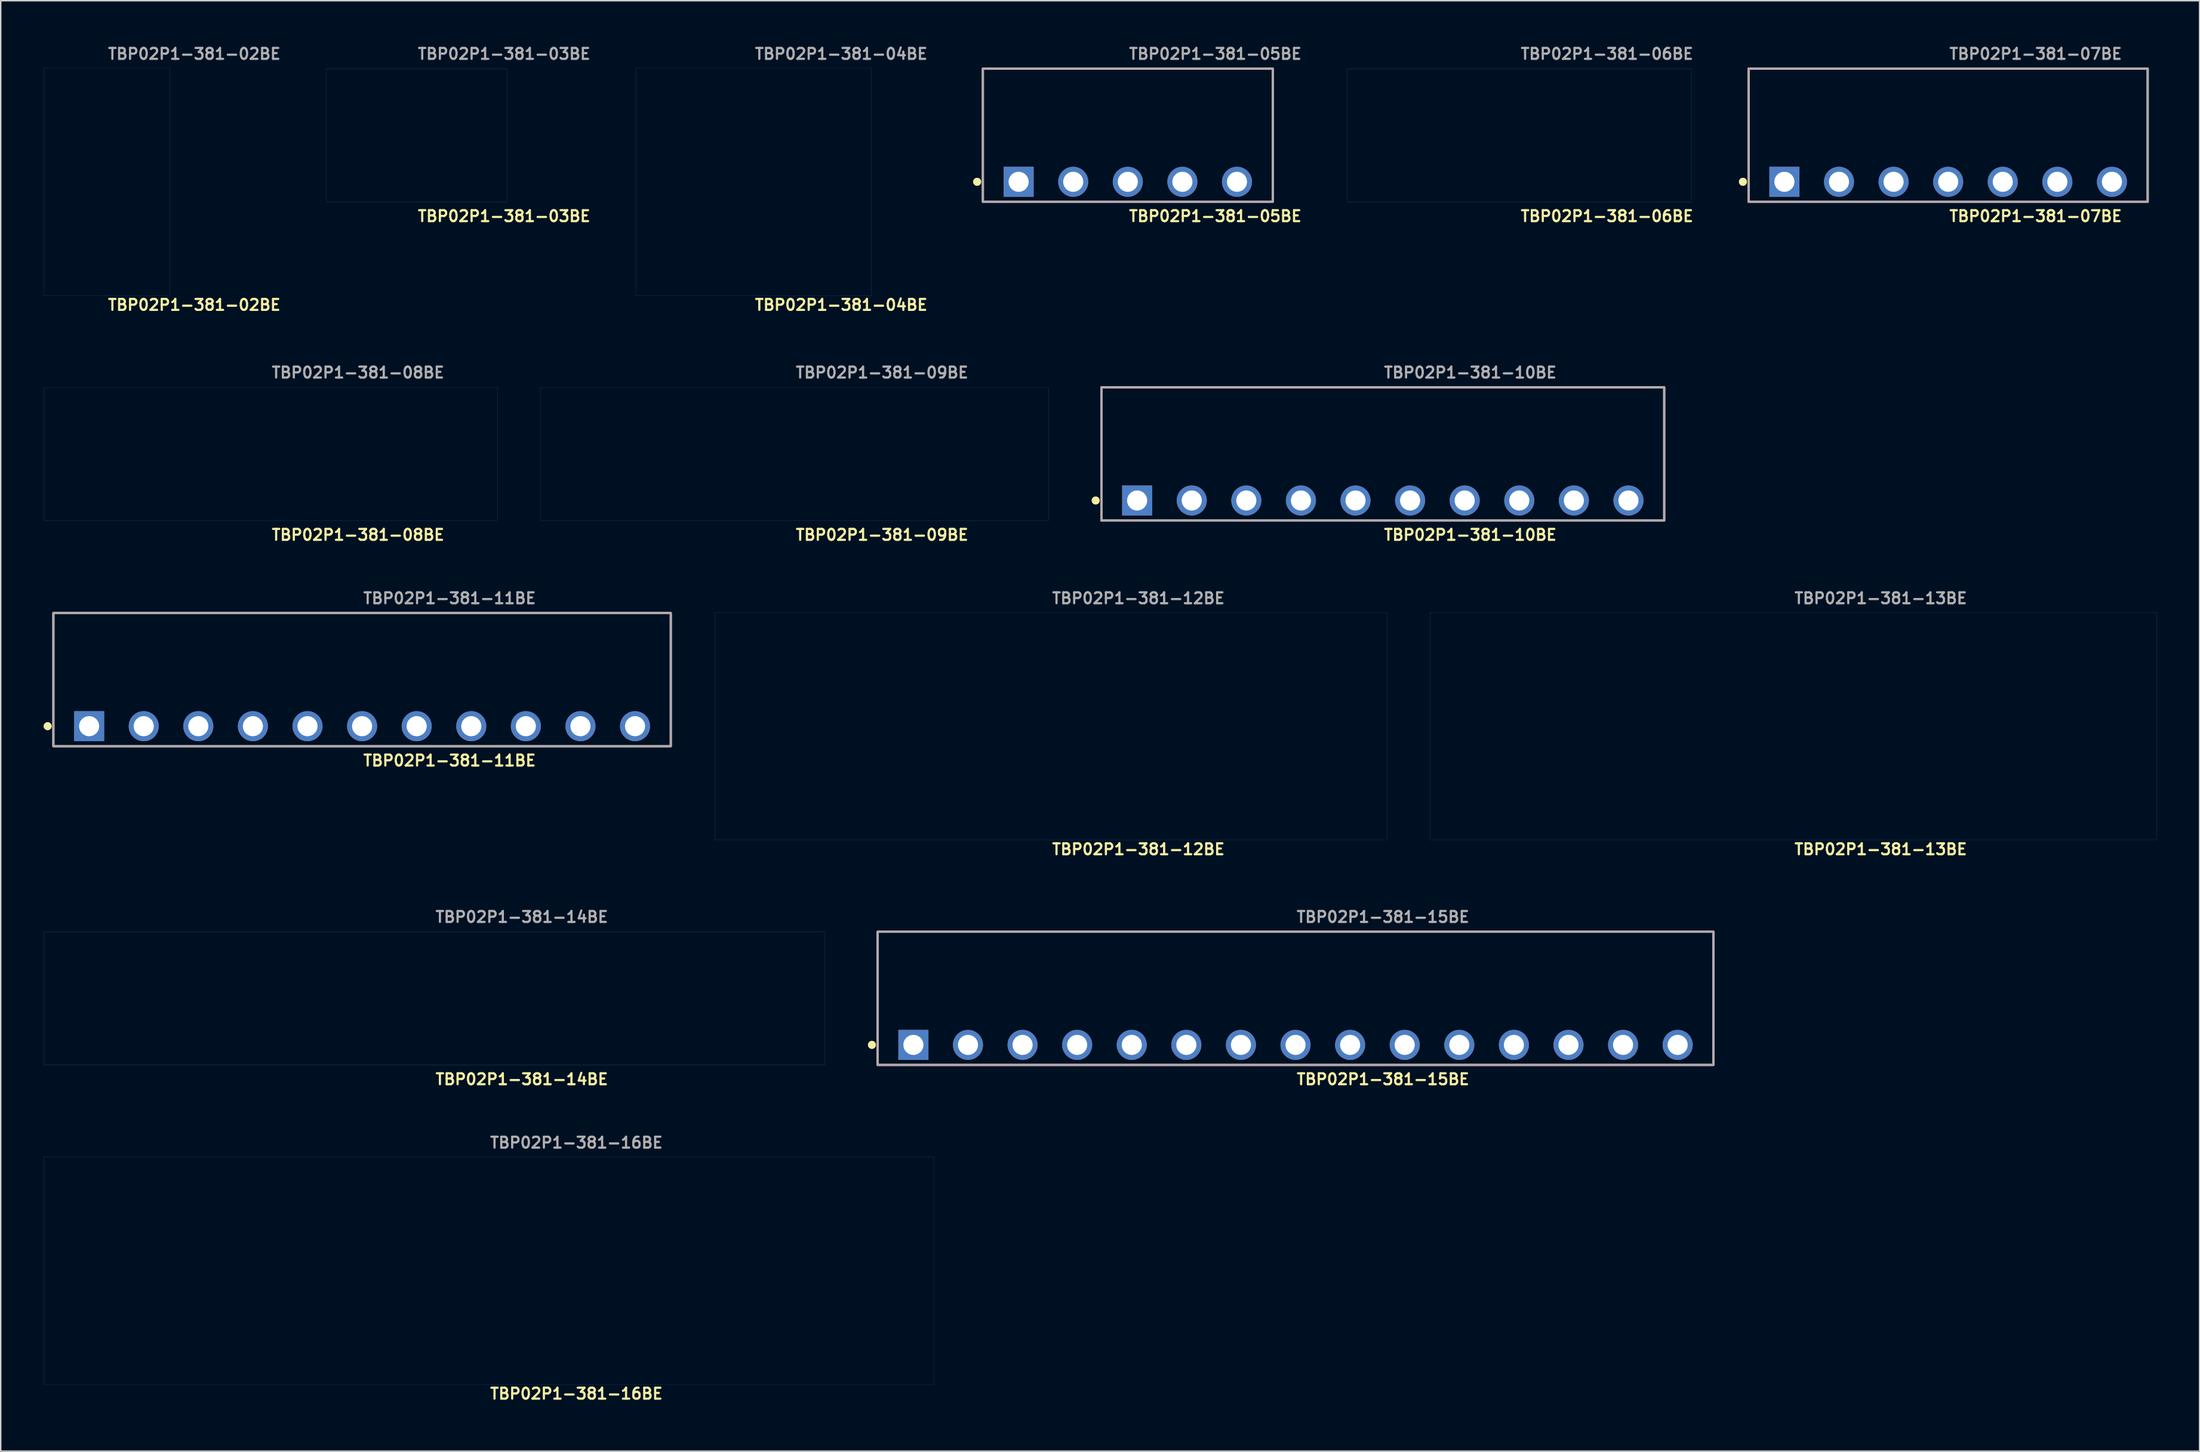
<source format=kicad_pcb>
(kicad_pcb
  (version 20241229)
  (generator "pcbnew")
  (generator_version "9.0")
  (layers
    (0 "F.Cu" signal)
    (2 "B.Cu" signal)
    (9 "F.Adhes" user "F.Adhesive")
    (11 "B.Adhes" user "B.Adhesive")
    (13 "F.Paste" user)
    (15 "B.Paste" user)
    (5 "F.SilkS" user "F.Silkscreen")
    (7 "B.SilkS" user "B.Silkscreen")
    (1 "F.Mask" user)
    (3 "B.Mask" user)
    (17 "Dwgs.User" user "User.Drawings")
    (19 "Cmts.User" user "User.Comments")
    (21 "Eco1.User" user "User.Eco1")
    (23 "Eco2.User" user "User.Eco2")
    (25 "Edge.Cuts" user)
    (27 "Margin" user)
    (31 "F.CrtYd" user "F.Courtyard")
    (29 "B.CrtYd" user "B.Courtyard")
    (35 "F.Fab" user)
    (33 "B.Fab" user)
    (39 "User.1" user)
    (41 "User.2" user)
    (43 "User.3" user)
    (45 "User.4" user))
  (footprint "TBP02P1-381-13BE"
    (layer "F.Cu")
    (at 122.107 57.009)
    (property "Reference" "TBP02P1-381-13BE" (at 0 -0.762 0) (unlocked yes) (layer "F.SilkS") (effects (font (size 0.762 0.762) (thickness 0.152)) (justify left)))
    (fp_rect (start -25.355 -1.4) (end 25.355 -17.3) (stroke (width 0.006) (type solid)) (fill no) (layer "Cmts.User"))
    (fp_text user "${REFERENCE}" (at 0 -18.288 0) (unlocked yes) (layer "F.Fab") (effects (font (size 0.762 0.762) (thickness 0.152)) (justify left))))
  (footprint "TBP02P1-381-09BE"
    (layer "F.Cu")
    (at 52.405 31.894)
    (property "Reference" "TBP02P1-381-09BE" (at 0 2.4 0) (unlocked yes) (layer "F.SilkS") (effects (font (size 0.762 0.762) (thickness 0.152)) (justify left)))
    (fp_rect (start -17.735 1.4) (end 17.735 -7.9) (stroke (width 0.006) (type solid)) (fill no) (layer "Cmts.User"))
    (fp_text user "${REFERENCE}" (at 0 -8.93 0) (unlocked yes) (layer "F.Fab") (effects (font (size 0.762 0.762) (thickness 0.152)) (justify left))))
  (footprint "TBP02P1-381-15BE"
    (layer "F.Cu")
    (at 87.368 69.902)
    (property "Reference" "TBP02P1-381-15BE" (at 0 2.4 0) (unlocked yes) (layer "F.SilkS") (effects (font (size 0.762 0.762) (thickness 0.152)) (justify left)))
    (fp_rect (start -29.165 1.4) (end 29.165 -7.9) (stroke (width 0.152) (type solid)) (fill no) (layer "F.SilkS"))
    (fp_circle (center -29.565 0) (end -29.765 0) (stroke (width 0.152) (type solid)) (fill yes) (layer "F.SilkS"))
    (fp_circle (center -29.565 0) (end -29.765 0) (stroke (width 0.152) (type solid)) (fill yes) (layer "F.SilkS"))
    (fp_rect (start -29.165 1.4) (end 29.165 -7.9) (stroke (width 0.006) (type solid)) (fill no) (layer "F.CrtYd"))
    (fp_rect (start -29.165 1.4) (end 29.165 -7.9) (stroke (width 0.152) (type solid)) (fill no) (layer "F.Fab"))
    (fp_text user "${REFERENCE}" (at 0 -8.93 0) (unlocked yes) (layer "F.Fab") (effects (font (size 0.762 0.762) (thickness 0.152)) (justify left)))
    (pad "1" thru_hole rect (at -26.67 0) (size 2.1 2.1) (drill 1.4) (layers "*.Cu" "*.Mask"))
    (pad "2" thru_hole circle (at -22.86 0) (size 2.1 2.1) (drill 1.4) (layers "*.Cu" "*.Mask"))
    (pad "3" thru_hole circle (at -19.05 0) (size 2.1 2.1) (drill 1.4) (layers "*.Cu" "*.Mask"))
    (pad "4" thru_hole circle (at -15.24 0) (size 2.1 2.1) (drill 1.4) (layers "*.Cu" "*.Mask"))
    (pad "5" thru_hole circle (at -11.43 0) (size 2.1 2.1) (drill 1.4) (layers "*.Cu" "*.Mask"))
    (pad "6" thru_hole circle (at -7.62 0) (size 2.1 2.1) (drill 1.4) (layers "*.Cu" "*.Mask"))
    (pad "7" thru_hole circle (at -3.81 0) (size 2.1 2.1) (drill 1.4) (layers "*.Cu" "*.Mask"))
    (pad "8" thru_hole circle (at 0 0) (size 2.1 2.1) (drill 1.4) (layers "*.Cu" "*.Mask"))
    (pad "9" thru_hole circle (at 3.81 0) (size 2.1 2.1) (drill 1.4) (layers "*.Cu" "*.Mask"))
    (pad "10" thru_hole circle (at 7.62 0) (size 2.1 2.1) (drill 1.4) (layers "*.Cu" "*.Mask"))
    (pad "11" thru_hole circle (at 11.43 0) (size 2.1 2.1) (drill 1.4) (layers "*.Cu" "*.Mask"))
    (pad "12" thru_hole circle (at 15.24 0) (size 2.1 2.1) (drill 1.4) (layers "*.Cu" "*.Mask"))
    (pad "13" thru_hole circle (at 19.05 0) (size 2.1 2.1) (drill 1.4) (layers "*.Cu" "*.Mask"))
    (pad "14" thru_hole circle (at 22.86 0) (size 2.1 2.1) (drill 1.4) (layers "*.Cu" "*.Mask"))
    (pad "15" thru_hole circle (at 26.67 0) (size 2.1 2.1) (drill 1.4) (layers "*.Cu" "*.Mask")))
  (footprint "TBP02P1-381-14BE"
    (layer "F.Cu")
    (at 27.263 69.902)
    (property "Reference" "TBP02P1-381-14BE" (at 0 2.4 0) (unlocked yes) (layer "F.SilkS") (effects (font (size 0.762 0.762) (thickness 0.152)) (justify left)))
    (fp_rect (start -27.26 1.4) (end 27.26 -7.9) (stroke (width 0.006) (type solid)) (fill no) (layer "Cmts.User"))
    (fp_text user "${REFERENCE}" (at 0 -8.93 0) (unlocked yes) (layer "F.Fab") (effects (font (size 0.762 0.762) (thickness 0.152)) (justify left))))
  (footprint "TBP02P1-381-07BE"
    (layer "F.Cu")
    (at 132.917 9.643)
    (property "Reference" "TBP02P1-381-07BE" (at 0 2.4 0) (unlocked yes) (layer "F.SilkS") (effects (font (size 0.762 0.762) (thickness 0.152)) (justify left)))
    (fp_rect (start -13.925 1.4) (end 13.925 -7.9) (stroke (width 0.152) (type solid)) (fill no) (layer "F.SilkS"))
    (fp_circle (center -14.325 0) (end -14.525 0) (stroke (width 0.152) (type solid)) (fill yes) (layer "F.SilkS"))
    (fp_circle (center -14.325 0) (end -14.525 0) (stroke (width 0.152) (type solid)) (fill yes) (layer "F.SilkS"))
    (fp_rect (start -13.925 1.4) (end 13.925 -7.9) (stroke (width 0.006) (type solid)) (fill no) (layer "F.CrtYd"))
    (fp_rect (start -13.925 1.4) (end 13.925 -7.9) (stroke (width 0.152) (type solid)) (fill no) (layer "F.Fab"))
    (fp_text user "${REFERENCE}" (at 0 -8.93 0) (unlocked yes) (layer "F.Fab") (effects (font (size 0.762 0.762) (thickness 0.152)) (justify left)))
    (pad "1" thru_hole rect (at -11.43 0) (size 2.1 2.1) (drill 1.4) (layers "*.Cu" "*.Mask"))
    (pad "2" thru_hole circle (at -7.62 0) (size 2.1 2.1) (drill 1.4) (layers "*.Cu" "*.Mask"))
    (pad "3" thru_hole circle (at -3.81 0) (size 2.1 2.1) (drill 1.4) (layers "*.Cu" "*.Mask"))
    (pad "4" thru_hole circle (at 0 0) (size 2.1 2.1) (drill 1.4) (layers "*.Cu" "*.Mask"))
    (pad "5" thru_hole circle (at 3.81 0) (size 2.1 2.1) (drill 1.4) (layers "*.Cu" "*.Mask"))
    (pad "6" thru_hole circle (at 7.62 0) (size 2.1 2.1) (drill 1.4) (layers "*.Cu" "*.Mask"))
    (pad "7" thru_hole circle (at 11.43 0) (size 2.1 2.1) (drill 1.4) (layers "*.Cu" "*.Mask")))
  (footprint "TBP02P1-381-03BE"
    (layer "F.Cu")
    (at 26.027 9.643)
    (property "Reference" "TBP02P1-381-03BE" (at 0 2.4 0) (unlocked yes) (layer "F.SilkS") (effects (font (size 0.762 0.762) (thickness 0.152)) (justify left)))
    (fp_rect (start -6.305 1.4) (end 6.305 -7.9) (stroke (width 0.006) (type solid)) (fill no) (layer "Cmts.User"))
    (fp_text user "${REFERENCE}" (at 0 -8.93 0) (unlocked yes) (layer "F.Fab") (effects (font (size 0.762 0.762) (thickness 0.152)) (justify left))))
  (footprint "TBP02P1-381-10BE"
    (layer "F.Cu")
    (at 93.459 31.894)
    (property "Reference" "TBP02P1-381-10BE" (at 0 2.4 0) (unlocked yes) (layer "F.SilkS") (effects (font (size 0.762 0.762) (thickness 0.152)) (justify left)))
    (fp_rect (start -19.64 1.4) (end 19.64 -7.9) (stroke (width 0.152) (type solid)) (fill no) (layer "F.SilkS"))
    (fp_circle (center -20.04 0) (end -20.24 0) (stroke (width 0.152) (type solid)) (fill yes) (layer "F.SilkS"))
    (fp_circle (center -20.04 0) (end -20.24 0) (stroke (width 0.152) (type solid)) (fill yes) (layer "F.SilkS"))
    (fp_rect (start -19.64 1.4) (end 19.64 -7.9) (stroke (width 0.006) (type solid)) (fill no) (layer "F.CrtYd"))
    (fp_rect (start -19.64 1.4) (end 19.64 -7.9) (stroke (width 0.152) (type solid)) (fill no) (layer "F.Fab"))
    (fp_text user "${REFERENCE}" (at 0 -8.93 0) (unlocked yes) (layer "F.Fab") (effects (font (size 0.762 0.762) (thickness 0.152)) (justify left)))
    (pad "1" thru_hole rect (at -17.145 0) (size 2.1 2.1) (drill 1.4) (layers "*.Cu" "*.Mask"))
    (pad "2" thru_hole circle (at -13.335 0) (size 2.1 2.1) (drill 1.4) (layers "*.Cu" "*.Mask"))
    (pad "3" thru_hole circle (at -9.525 0) (size 2.1 2.1) (drill 1.4) (layers "*.Cu" "*.Mask"))
    (pad "4" thru_hole circle (at -5.715 0) (size 2.1 2.1) (drill 1.4) (layers "*.Cu" "*.Mask"))
    (pad "5" thru_hole circle (at -1.905 0) (size 2.1 2.1) (drill 1.4) (layers "*.Cu" "*.Mask"))
    (pad "6" thru_hole circle (at 1.905 0) (size 2.1 2.1) (drill 1.4) (layers "*.Cu" "*.Mask"))
    (pad "7" thru_hole circle (at 5.715 0) (size 2.1 2.1) (drill 1.4) (layers "*.Cu" "*.Mask"))
    (pad "8" thru_hole circle (at 9.525 0) (size 2.1 2.1) (drill 1.4) (layers "*.Cu" "*.Mask"))
    (pad "9" thru_hole circle (at 13.335 0) (size 2.1 2.1) (drill 1.4) (layers "*.Cu" "*.Mask"))
    (pad "10" thru_hole circle (at 17.145 0) (size 2.1 2.1) (drill 1.4) (layers "*.Cu" "*.Mask")))
  (footprint "TBP02P1-381-11BE"
    (layer "F.Cu")
    (at 22.221 47.651)
    (property "Reference" "TBP02P1-381-11BE" (at 0 2.4 0) (unlocked yes) (layer "F.SilkS") (effects (font (size 0.762 0.762) (thickness 0.152)) (justify left)))
    (fp_rect (start -21.545 1.4) (end 21.545 -7.9) (stroke (width 0.152) (type solid)) (fill no) (layer "F.SilkS"))
    (fp_circle (center -21.945 0) (end -22.145 0) (stroke (width 0.152) (type solid)) (fill yes) (layer "F.SilkS"))
    (fp_circle (center -21.945 0) (end -22.145 0) (stroke (width 0.152) (type solid)) (fill yes) (layer "F.SilkS"))
    (fp_rect (start -21.545 1.4) (end 21.545 -7.9) (stroke (width 0.006) (type solid)) (fill no) (layer "F.CrtYd"))
    (fp_rect (start -21.545 1.4) (end 21.545 -7.9) (stroke (width 0.152) (type solid)) (fill no) (layer "F.Fab"))
    (fp_text user "${REFERENCE}" (at 0 -8.93 0) (unlocked yes) (layer "F.Fab") (effects (font (size 0.762 0.762) (thickness 0.152)) (justify left)))
    (pad "1" thru_hole rect (at -19.05 0) (size 2.1 2.1) (drill 1.4) (layers "*.Cu" "*.Mask"))
    (pad "2" thru_hole circle (at -15.24 0) (size 2.1 2.1) (drill 1.4) (layers "*.Cu" "*.Mask"))
    (pad "3" thru_hole circle (at -11.43 0) (size 2.1 2.1) (drill 1.4) (layers "*.Cu" "*.Mask"))
    (pad "4" thru_hole circle (at -7.62 0) (size 2.1 2.1) (drill 1.4) (layers "*.Cu" "*.Mask"))
    (pad "5" thru_hole circle (at -3.81 0) (size 2.1 2.1) (drill 1.4) (layers "*.Cu" "*.Mask"))
    (pad "6" thru_hole circle (at 0 0) (size 2.1 2.1) (drill 1.4) (layers "*.Cu" "*.Mask"))
    (pad "7" thru_hole circle (at 3.81 0) (size 2.1 2.1) (drill 1.4) (layers "*.Cu" "*.Mask"))
    (pad "8" thru_hole circle (at 7.62 0) (size 2.1 2.1) (drill 1.4) (layers "*.Cu" "*.Mask"))
    (pad "9" thru_hole circle (at 11.43 0) (size 2.1 2.1) (drill 1.4) (layers "*.Cu" "*.Mask"))
    (pad "10" thru_hole circle (at 15.24 0) (size 2.1 2.1) (drill 1.4) (layers "*.Cu" "*.Mask"))
    (pad "11" thru_hole circle (at 19.05 0) (size 2.1 2.1) (drill 1.4) (layers "*.Cu" "*.Mask")))
  (footprint "TBP02P1-381-05BE"
    (layer "F.Cu")
    (at 75.662 9.643)
    (property "Reference" "TBP02P1-381-05BE" (at 0 2.4 0) (unlocked yes) (layer "F.SilkS") (effects (font (size 0.762 0.762) (thickness 0.152)) (justify left)))
    (fp_rect (start -10.115 1.4) (end 10.115 -7.9) (stroke (width 0.152) (type solid)) (fill no) (layer "F.SilkS"))
    (fp_circle (center -10.515 0) (end -10.715 0) (stroke (width 0.152) (type solid)) (fill yes) (layer "F.SilkS"))
    (fp_circle (center -10.515 0) (end -10.715 0) (stroke (width 0.152) (type solid)) (fill yes) (layer "F.SilkS"))
    (fp_rect (start -10.115 1.4) (end 10.115 -7.9) (stroke (width 0.006) (type solid)) (fill no) (layer "F.CrtYd"))
    (fp_rect (start -10.115 1.4) (end 10.115 -7.9) (stroke (width 0.152) (type solid)) (fill no) (layer "F.Fab"))
    (fp_text user "${REFERENCE}" (at 0 -8.93 0) (unlocked yes) (layer "F.Fab") (effects (font (size 0.762 0.762) (thickness 0.152)) (justify left)))
    (pad "1" thru_hole rect (at -7.62 0) (size 2.1 2.1) (drill 1.4) (layers "*.Cu" "*.Mask"))
    (pad "2" thru_hole circle (at -3.81 0) (size 2.1 2.1) (drill 1.4) (layers "*.Cu" "*.Mask"))
    (pad "3" thru_hole circle (at 0 0) (size 2.1 2.1) (drill 1.4) (layers "*.Cu" "*.Mask"))
    (pad "4" thru_hole circle (at 3.81 0) (size 2.1 2.1) (drill 1.4) (layers "*.Cu" "*.Mask"))
    (pad "5" thru_hole circle (at 7.62 0) (size 2.1 2.1) (drill 1.4) (layers "*.Cu" "*.Mask")))
  (footprint "TBP02P1-381-12BE"
    (layer "F.Cu")
    (at 70.296 57.009)
    (property "Reference" "TBP02P1-381-12BE" (at 0 -0.762 0) (unlocked yes) (layer "F.SilkS") (effects (font (size 0.762 0.762) (thickness 0.152)) (justify left)))
    (fp_rect (start -23.45 -1.4) (end 23.45 -17.3) (stroke (width 0.006) (type solid)) (fill no) (layer "Cmts.User"))
    (fp_text user "${REFERENCE}" (at 0 -18.288 0) (unlocked yes) (layer "F.Fab") (effects (font (size 0.762 0.762) (thickness 0.152)) (justify left))))
  (footprint "TBP02P1-381-16BE"
    (layer "F.Cu")
    (at 31.073 95.017)
    (property "Reference" "TBP02P1-381-16BE" (at 0 -0.762 0) (unlocked yes) (layer "F.SilkS") (effects (font (size 0.762 0.762) (thickness 0.152)) (justify left)))
    (fp_rect (start -31.07 -1.4) (end 31.07 -17.3) (stroke (width 0.006) (type solid)) (fill no) (layer "Cmts.User"))
    (fp_text user "${REFERENCE}" (at 0 -18.288 0) (unlocked yes) (layer "F.Fab") (effects (font (size 0.762 0.762) (thickness 0.152)) (justify left))))
  (footprint "TBP02P1-381-06BE"
    (layer "F.Cu")
    (at 103 9.643)
    (property "Reference" "TBP02P1-381-06BE" (at 0 2.4 0) (unlocked yes) (layer "F.SilkS") (effects (font (size 0.762 0.762) (thickness 0.152)) (justify left)))
    (fp_rect (start -12.02 1.4) (end 12.02 -7.9) (stroke (width 0.006) (type solid)) (fill no) (layer "Cmts.User"))
    (fp_text user "${REFERENCE}" (at 0 -8.93 0) (unlocked yes) (layer "F.Fab") (effects (font (size 0.762 0.762) (thickness 0.152)) (justify left))))
  (footprint "TBP02P1-381-02BE"
    (layer "F.Cu")
    (at 4.403 19.001)
    (property "Reference" "TBP02P1-381-02BE" (at 0 -0.762 0) (unlocked yes) (layer "F.SilkS") (effects (font (size 0.762 0.762) (thickness 0.152)) (justify left)))
    (fp_rect (start -4.4 -1.4) (end 4.4 -17.3) (stroke (width 0.006) (type solid)) (fill no) (layer "Cmts.User"))
    (fp_text user "${REFERENCE}" (at 0 -18.288 0) (unlocked yes) (layer "F.Fab") (effects (font (size 0.762 0.762) (thickness 0.152)) (justify left))))
  (footprint "TBP02P1-381-04BE"
    (layer "F.Cu")
    (at 49.555 19.001)
    (property "Reference" "TBP02P1-381-04BE" (at 0 -0.762 0) (unlocked yes) (layer "F.SilkS") (effects (font (size 0.762 0.762) (thickness 0.152)) (justify left)))
    (fp_rect (start -8.21 -1.4) (end 8.21 -17.3) (stroke (width 0.006) (type solid)) (fill no) (layer "Cmts.User"))
    (fp_text user "${REFERENCE}" (at 0 -18.288 0) (unlocked yes) (layer "F.Fab") (effects (font (size 0.762 0.762) (thickness 0.152)) (justify left))))
  (footprint "TBP02P1-381-08BE"
    (layer "F.Cu")
    (at 15.833 31.894)
    (property "Reference" "TBP02P1-381-08BE" (at 0 2.4 0) (unlocked yes) (layer "F.SilkS") (effects (font (size 0.762 0.762) (thickness 0.152)) (justify left)))
    (fp_rect (start -15.83 1.4) (end 15.83 -7.9) (stroke (width 0.006) (type solid)) (fill no) (layer "Cmts.User"))
    (fp_text user "${REFERENCE}" (at 0 -8.93 0) (unlocked yes) (layer "F.Fab") (effects (font (size 0.762 0.762) (thickness 0.152)) (justify left))))
  (gr_rect
    (start -3 -3)
    (end 150.465 98.267)
    (stroke (width 0.1) (type default))
    (fill no)
    (layer "Edge.Cuts")))
</source>
